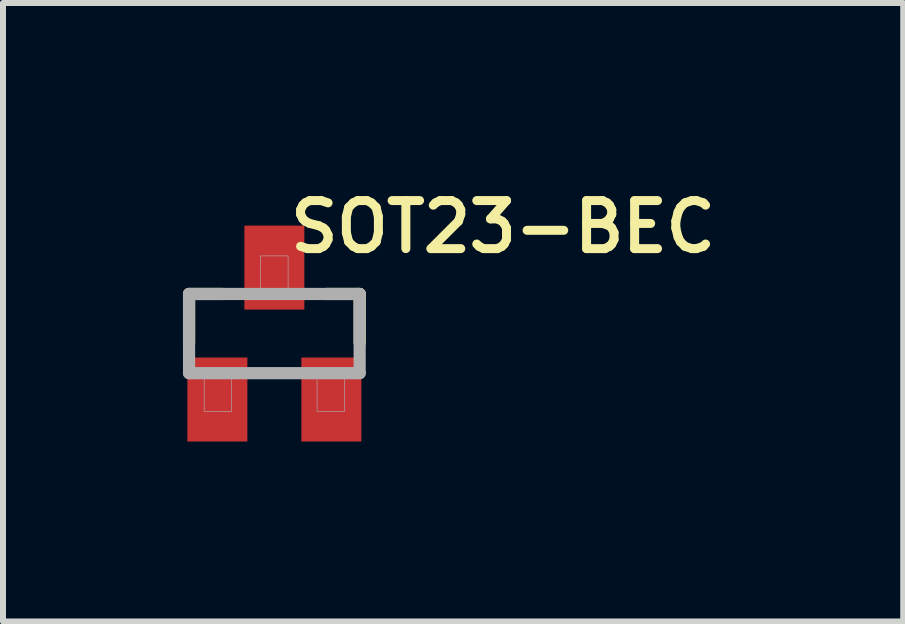
<source format=kicad_pcb>
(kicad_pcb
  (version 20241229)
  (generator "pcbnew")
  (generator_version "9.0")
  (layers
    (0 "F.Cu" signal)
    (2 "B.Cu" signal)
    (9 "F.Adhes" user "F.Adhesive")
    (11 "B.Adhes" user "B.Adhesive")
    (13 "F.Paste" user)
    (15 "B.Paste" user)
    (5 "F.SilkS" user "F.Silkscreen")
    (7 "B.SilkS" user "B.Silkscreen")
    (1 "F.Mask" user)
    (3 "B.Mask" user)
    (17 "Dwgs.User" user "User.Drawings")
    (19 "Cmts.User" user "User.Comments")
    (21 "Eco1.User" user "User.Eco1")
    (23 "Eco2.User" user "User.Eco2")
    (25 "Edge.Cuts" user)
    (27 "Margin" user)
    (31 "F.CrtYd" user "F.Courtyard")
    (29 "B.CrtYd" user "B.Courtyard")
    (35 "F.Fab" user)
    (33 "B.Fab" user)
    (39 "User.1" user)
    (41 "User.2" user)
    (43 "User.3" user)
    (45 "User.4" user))
  (footprint "SOT23-BEC"
    (layer "F.Cu")
    (at 1.524 2.511)
    (property "Reference" "SOT23-BEC" (at 3.813 -1.779 0) (layer "F.SilkS") (effects (font (size 0.801 0.801) (thickness 0.15))))
    (attr smd)
    (fp_line (start -1.422 -0.66) (end -0.864 -0.66) (stroke (width 0.203) (type solid)) (layer "F.SilkS"))
    (fp_line (start -1.422 0.152) (end -1.422 -0.66) (stroke (width 0.203) (type solid)) (layer "F.SilkS"))
    (fp_line (start 0.864 -0.66) (end 1.422 -0.66) (stroke (width 0.203) (type solid)) (layer "F.SilkS"))
    (fp_line (start 1.422 -0.66) (end 1.422 0.152) (stroke (width 0.203) (type solid)) (layer "F.SilkS"))
    (fp_line (start -1.422 -0.66) (end 1.422 -0.66) (stroke (width 0.203) (type solid)) (layer "F.Fab"))
    (fp_line (start -1.422 0.66) (end -1.422 -0.66) (stroke (width 0.203) (type solid)) (layer "F.Fab"))
    (fp_line (start 1.422 -0.66) (end 1.422 0.66) (stroke (width 0.203) (type solid)) (layer "F.Fab"))
    (fp_line (start 1.422 0.66) (end -1.422 0.66) (stroke (width 0.203) (type solid)) (layer "F.Fab"))
    (fp_poly (pts (xy -1.17 0.711) (xy -0.711 0.711) (xy -0.711 1.297) (xy -1.17 1.297)) (stroke (width 0.01) (type solid)) (fill no) (layer "F.Fab"))
    (fp_poly (pts (xy -0.229 -1.295) (xy 0.229 -1.295) (xy 0.229 -0.712) (xy -0.229 -0.712)) (stroke (width 0.01) (type solid)) (fill no) (layer "F.Fab"))
    (fp_poly (pts (xy 0.712 0.711) (xy 1.168 0.711) (xy 1.168 1.297) (xy 0.712 1.297)) (stroke (width 0.01) (type solid)) (fill no) (layer "F.Fab"))
    (pad "B" smd rect (at -0.95 1.1) (size 1 1.4) (layers "F.Cu" "F.Mask" "F.Paste"))
    (pad "C" smd rect (at 0 -1.1) (size 1 1.4) (layers "F.Cu" "F.Mask" "F.Paste"))
    (pad "E" smd rect (at 0.95 1.1) (size 1 1.4) (layers "F.Cu" "F.Mask" "F.Paste")))
  (gr_rect
    (start -3 -3)
    (end 12.008 7.311)
    (stroke (width 0.1) (type default))
    (fill no)
    (layer "Edge.Cuts")))
</source>
